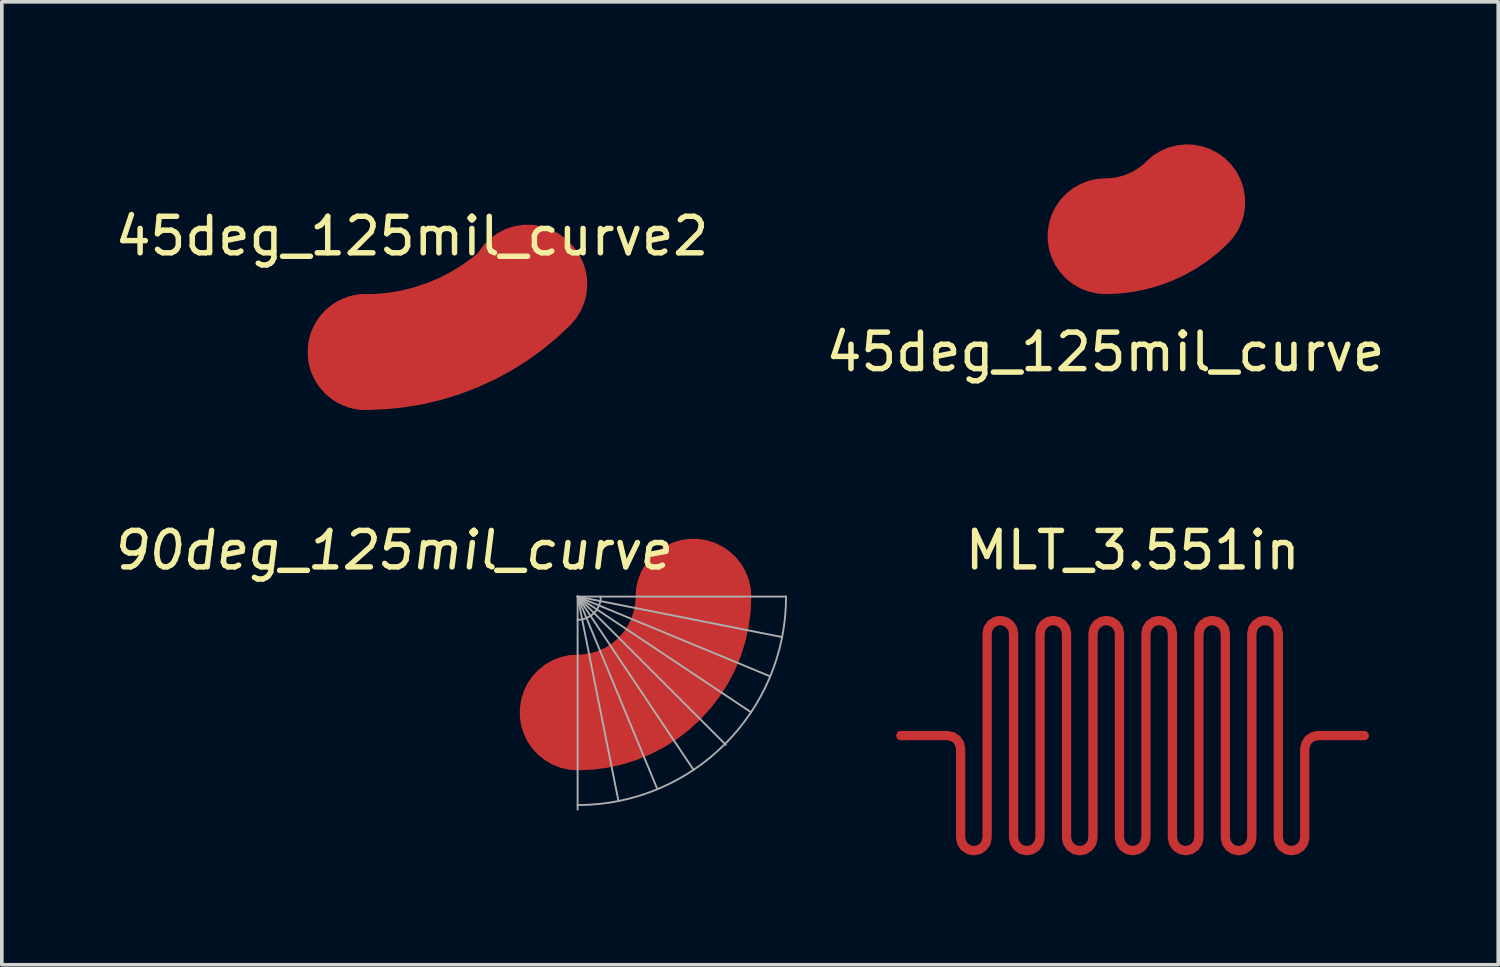
<source format=kicad_pcb>
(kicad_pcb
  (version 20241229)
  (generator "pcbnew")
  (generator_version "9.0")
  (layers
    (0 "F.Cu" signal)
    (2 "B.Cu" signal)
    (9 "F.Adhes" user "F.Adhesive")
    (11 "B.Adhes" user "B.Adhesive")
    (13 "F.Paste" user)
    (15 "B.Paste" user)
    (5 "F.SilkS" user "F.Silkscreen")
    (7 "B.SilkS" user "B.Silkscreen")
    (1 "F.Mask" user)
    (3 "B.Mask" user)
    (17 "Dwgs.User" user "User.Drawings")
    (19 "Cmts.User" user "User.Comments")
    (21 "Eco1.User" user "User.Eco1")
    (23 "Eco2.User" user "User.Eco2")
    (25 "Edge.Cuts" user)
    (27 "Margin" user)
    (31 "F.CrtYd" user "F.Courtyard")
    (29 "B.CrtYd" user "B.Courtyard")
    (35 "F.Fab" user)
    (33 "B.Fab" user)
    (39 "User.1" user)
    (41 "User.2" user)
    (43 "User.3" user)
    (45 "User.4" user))
  (footprint "MLT_3.551in"
    (layer "F.Cu")
    (at 34.353 17.116)
    (property "Reference" "MLT_3.551in" (at -6.35 -5.08 0) (layer "F.SilkS") (effects (font (size 1 1) (thickness 0.15))))
    (attr smd)
    (pad "1" smd circle (at -12.7 0) (size 0.254 0.254) (layers "F.Cu"))
    (pad "1" smd custom (at 0 0) (size 0.254 0.254) (layers "F.Cu") (options (anchor circle)) (primitives (gr_line (start -6.093 3.049) (end -6.015 2.932) (width 0.254)) (gr_line (start -3.191 3.049) (end -3.112 2.932) (width 0.254)) (gr_line (start -3.112 2.932) (end -3.084 2.793) (width 0.254)) (gr_line (start -6.937 -3.128) (end -6.819 -3.049) (width 0.254)) (gr_line (start -7.215 -3.128) (end -7.076 -3.156) (width 0.254)) (gr_line (start -7.332 -3.049) (end -7.215 -3.128) (width 0.254)) (gr_line (start -7.411 -2.932) (end -7.332 -3.049) (width 0.254)) (gr_line (start -7.439 -2.793) (end -7.411 -2.932) (width 0.254)) (gr_line (start -7.439 2.793) (end -7.439 -2.793) (width 0.254)) (gr_line (start -7.466 2.932) (end -7.439 2.793) (width 0.254)) (gr_line (start -7.545 3.049) (end -7.466 2.932) (width 0.254)) (gr_line (start -7.663 3.128) (end -7.545 3.049) (width 0.254)) (gr_line (start -10.314 -2.932) (end -10.235 -3.049) (width 0.254)) (gr_line (start -8.137 2.932) (end -8.058 3.049) (width 0.254)) (gr_line (start -3.057 -2.932) (end -2.978 -3.049) (width 0.254)) (gr_line (start -6.819 -3.049) (end -6.74 -2.932) (width 0.254)) (gr_line (start -2.978 -3.049) (end -2.86 -3.128) (width 0.254)) (gr_line (start -2.86 -3.128) (end -2.721 -3.156) (width 0.254)) (gr_line (start -2.721 -3.156) (end -2.583 -3.128) (width 0.254)) (gr_line (start -2.583 -3.128) (end -2.465 -3.049) (width 0.254)) (gr_line (start -2.465 -3.049) (end -2.386 -2.932) (width 0.254)) (gr_line (start -2.386 -2.932) (end -2.359 -2.793) (width 0.254)) (gr_line (start -2.359 -2.793) (end -2.359 2.793) (width 0.254)) (gr_line (start -2.359 2.793) (end -2.331 2.932) (width 0.254)) (gr_line (start -12.7 0) (end -11.43 0) (width 0.254)) (gr_line (start -2.331 2.932) (end -2.252 3.049) (width 0.254)) (gr_line (start -11.291 0.028) (end -11.173 0.106) (width 0.254)) (gr_line (start -9.253 3.156) (end -9.114 3.128) (width 0.254)) (gr_line (start -11.04 2.932) (end -10.961 3.049) (width 0.254)) (gr_line (start -9.392 3.128) (end -9.253 3.156) (width 0.254)) (gr_line (start -9.509 3.049) (end -9.392 3.128) (width 0.254)) (gr_line (start -9.588 2.932) (end -9.509 3.049) (width 0.254)) (gr_line (start -9.616 2.793) (end -9.588 2.932) (width 0.254)) (gr_line (start -9.616 -2.793) (end -9.616 2.793) (width 0.254)) (gr_line (start -9.643 -2.932) (end -9.616 -2.793) (width 0.254)) (gr_line (start -9.722 -3.049) (end -9.643 -2.932) (width 0.254)) (gr_line (start -9.84 -3.128) (end -9.722 -3.049) (width 0.254)) (gr_line (start -9.979 -3.156) (end -9.84 -3.128) (width 0.254)) (gr_line (start -10.117 -3.128) (end -9.979 -3.156) (width 0.254)) (gr_line (start -4.034 -3.128) (end -3.916 -3.049) (width 0.254)) (gr_line (start -6.211 3.128) (end -6.093 3.049) (width 0.254)) (gr_line (start -3.916 -3.049) (end -3.838 -2.932) (width 0.254)) (gr_line (start -3.838 -2.932) (end -3.81 -2.793) (width 0.254)) (gr_line (start -3.81 -2.793) (end -3.81 2.793) (width 0.254)) (gr_line (start -3.81 2.793) (end -3.782 2.932) (width 0.254)) (gr_line (start -10.369 2.932) (end -10.341 2.793) (width 0.254)) (gr_line (start -10.235 -3.049) (end -10.117 -3.128) (width 0.254)) (gr_line (start -3.782 2.932) (end -3.704 3.049) (width 0.254)) (gr_line (start -3.704 3.049) (end -3.586 3.128) (width 0.254)) (gr_line (start -3.586 3.128) (end -3.447 3.156) (width 0.254)) (gr_line (start -3.447 3.156) (end -3.308 3.128) (width 0.254)) (gr_line (start -3.308 3.128) (end -3.191 3.049) (width 0.254)) (gr_line (start -5.987 -2.793) (end -5.96 -2.932) (width 0.254)) (gr_line (start -5.96 -2.932) (end -5.881 -3.049) (width 0.254)) (gr_line (start -5.881 -3.049) (end -5.763 -3.128) (width 0.254)) (gr_line (start -5.763 -3.128) (end -5.624 -3.156) (width 0.254)) (gr_line (start -5.624 -3.156) (end -5.485 -3.128) (width 0.254)) (gr_line (start -5.485 -3.128) (end -5.368 -3.049) (width 0.254)) (gr_line (start -11.43 0) (end -11.291 0.028) (width 0.254)) (gr_line (start -5.368 -3.049) (end -5.289 -2.932) (width 0.254)) (gr_line (start -1.409 0.028) (end -1.27 0) (width 0.254)) (gr_line (start -1.527 0.106) (end -1.409 0.028) (width 0.254)) (gr_line (start -1.605 0.224) (end -1.527 0.106) (width 0.254)) (gr_line (start -2.252 3.049) (end -2.135 3.128) (width 0.254)) (gr_line (start -5.289 -2.932) (end -5.261 -2.793) (width 0.254)) (gr_line (start -5.261 -2.793) (end -5.261 2.793) (width 0.254)) (gr_line (start -1.633 0.363) (end -1.605 0.224) (width 0.254)) (gr_line (start -1.633 2.793) (end -1.633 0.363) (width 0.254)) (gr_line (start -1.66 2.932) (end -1.633 2.793) (width 0.254)) (gr_line (start -1.739 3.049) (end -1.66 2.932) (width 0.254)) (gr_line (start -1.857 3.128) (end -1.739 3.049) (width 0.254)) (gr_line (start -1.996 3.156) (end -1.857 3.128) (width 0.254)) (gr_line (start -6.685 2.932) (end -6.607 3.049) (width 0.254)) (gr_line (start -11.067 2.793) (end -11.04 2.932) (width 0.254)) (gr_line (start -5.987 2.793) (end -5.987 -2.793) (width 0.254)) (gr_line (start -4.536 -2.793) (end -4.508 -2.932) (width 0.254)) (gr_line (start -11.095 0.224) (end -11.067 0.363) (width 0.254)) (gr_line (start -1.27 0) (end 0 0) (width 0.254)) (gr_line (start -6.35 3.156) (end -6.211 3.128) (width 0.254)) (gr_line (start -4.536 2.793) (end -4.536 -2.793) (width 0.254)) (gr_line (start -11.173 0.106) (end -11.095 0.224) (width 0.254)) (gr_line (start -10.341 -2.793) (end -10.314 -2.932) (width 0.254)) (gr_line (start -10.341 2.793) (end -10.341 -2.793) (width 0.254)) (gr_line (start -7.801 3.156) (end -7.663 3.128) (width 0.254)) (gr_line (start -6.015 2.932) (end -5.987 2.793) (width 0.254)) (gr_line (start -5.261 2.793) (end -5.234 2.932) (width 0.254)) (gr_line (start -7.94 3.128) (end -7.801 3.156) (width 0.254)) (gr_line (start -5.037 3.128) (end -4.899 3.156) (width 0.254)) (gr_line (start -4.76 3.128) (end -4.642 3.049) (width 0.254)) (gr_line (start -11.067 0.363) (end -11.067 2.793) (width 0.254)) (gr_line (start -6.607 3.049) (end -6.489 3.128) (width 0.254)) (gr_line (start -6.489 3.128) (end -6.35 3.156) (width 0.254)) (gr_line (start -8.058 3.049) (end -7.94 3.128) (width 0.254)) (gr_line (start -4.563 2.932) (end -4.536 2.793) (width 0.254)) (gr_line (start -4.508 -2.932) (end -4.429 -3.049) (width 0.254)) (gr_line (start -4.429 -3.049) (end -4.312 -3.128) (width 0.254)) (gr_line (start -10.448 3.049) (end -10.369 2.932) (width 0.254)) (gr_line (start -10.565 3.128) (end -10.448 3.049) (width 0.254)) (gr_line (start -10.704 3.156) (end -10.565 3.128) (width 0.254)) (gr_line (start -10.843 3.128) (end -10.704 3.156) (width 0.254)) (gr_line (start -10.961 3.049) (end -10.843 3.128) (width 0.254)) (gr_line (start -4.312 -3.128) (end -4.173 -3.156) (width 0.254)) (gr_line (start -2.135 3.128) (end -1.996 3.156) (width 0.254)) (gr_line (start -4.173 -3.156) (end -4.034 -3.128) (width 0.254)) (gr_line (start -8.192 -2.932) (end -8.164 -2.793) (width 0.254)) (gr_line (start -8.271 -3.049) (end -8.192 -2.932) (width 0.254)) (gr_line (start -8.388 -3.128) (end -8.271 -3.049) (width 0.254)) (gr_line (start -8.527 -3.156) (end -8.388 -3.128) (width 0.254)) (gr_line (start -8.666 -3.128) (end -8.527 -3.156) (width 0.254)) (gr_line (start -8.784 -3.049) (end -8.666 -3.128) (width 0.254)) (gr_line (start -8.862 -2.932) (end -8.784 -3.049) (width 0.254)) (gr_line (start -8.89 -2.793) (end -8.862 -2.932) (width 0.254)) (gr_line (start -8.918 2.932) (end -8.89 2.793) (width 0.254)) (gr_line (start -8.996 3.049) (end -8.918 2.932) (width 0.254)) (gr_line (start -9.114 3.128) (end -8.996 3.049) (width 0.254)) (gr_line (start -4.899 3.156) (end -4.76 3.128) (width 0.254)) (gr_line (start -4.642 3.049) (end -4.563 2.932) (width 0.254)) (gr_line (start -5.234 2.932) (end -5.155 3.049) (width 0.254)) (gr_line (start -3.084 2.793) (end -3.084 -2.793) (width 0.254)) (gr_line (start -5.155 3.049) (end -5.037 3.128) (width 0.254)) (gr_line (start -3.084 -2.793) (end -3.057 -2.932) (width 0.254)) (gr_line (start -6.713 2.793) (end -6.685 2.932) (width 0.254)) (gr_line (start -6.713 -2.793) (end -6.713 2.793) (width 0.254)) (gr_line (start -6.74 -2.932) (end -6.713 -2.793) (width 0.254)) (gr_line (start -8.164 2.793) (end -8.137 2.932) (width 0.254)) (gr_line (start -8.89 2.793) (end -8.89 -2.793) (width 0.254)) (gr_line (start -8.164 -2.793) (end -8.164 2.793) (width 0.254)) (gr_line (start -7.076 -3.156) (end -6.937 -3.128) (width 0.254)))))
  (footprint "45deg_125mil_curve"
    (layer "F.Cu")
    (at 27.256 0.25)
    (property "Reference" "45deg_125mil_curve" (at 0 6.35 0) (layer "F.SilkS") (effects (font (size 1 1) (thickness 0.15))))
    (attr through_hole)
    (pad "1" smd circle (at 0 3.175) (size 1.905 1.905) (layers "F.Cu"))
    (pad "1" smd custom (at 2.245 2.245) (size 1.905 1.905) (layers "F.Cu") (options (anchor circle)) (primitives (gr_arc (start 0 0) (mid -1.030044 0.688253) (end -2.245064 0.929936) (width 3.175)))))
  (footprint "45deg_125mil_curve2"
    (layer "F.Cu")
    (at 6.974 0.25)
    (property "Reference" "45deg_125mil_curve2" (at 1.27 3.175 0) (layer "F.SilkS") (effects (font (size 1 1) (thickness 0.15))))
    (attr through_hole)
    (pad "1" smd circle (at 0 6.35) (size 3.175 3.175) (layers "F.Cu"))
    (pad "1" smd custom (at 4.445 4.445) (size 3.175 3.175) (layers "F.Cu") (options (anchor circle)) (primitives (gr_arc (start 0.045128 0.045128) (mid -2.01496 1.421635) (end -4.445 1.905) (width 3.175)))))
  (footprint "90deg_125mil_curve"
    (layer "F.Cu")
    (at 12.785 13.306)
    (property "Reference" "90deg_125mil_curve" (at -5.08 -1.27 0) (layer "F.SilkS") (effects (font (size 1 1) (thickness 0.15) (italic yes))))
    (attr through_hole)
    (fp_line (start 0 0) (end 0 5.842) (stroke (width 0.051) (type solid)) (layer "F.Fab"))
    (fp_line (start 0 0) (end 1.12 5.604) (stroke (width 0.051) (type solid)) (layer "F.Fab"))
    (fp_line (start 0 0) (end 2.187 5.28) (stroke (width 0.051) (type solid)) (layer "F.Fab"))
    (fp_line (start 0 0) (end 3.179 4.749) (stroke (width 0.051) (type solid)) (layer "F.Fab"))
    (fp_line (start 0 0) (end 4.064 4.064) (stroke (width 0.051) (type solid)) (layer "F.Fab"))
    (fp_line (start 0 0) (end 4.755 3.171) (stroke (width 0.051) (type solid)) (layer "F.Fab"))
    (fp_line (start 0 0) (end 5.28 2.187) (stroke (width 0.051) (type solid)) (layer "F.Fab"))
    (fp_line (start 0 0) (end 5.606 1.11) (stroke (width 0.051) (type solid)) (layer "F.Fab"))
    (fp_line (start 0 0) (end 5.715 0) (stroke (width 0.051) (type solid)) (layer "F.Fab"))
    (fp_arc (start 0.635 0) (mid 0.449013 0.449013) (end 0 0.635) (stroke (width 0.0508) (type solid)) (layer "F.Fab"))
    (fp_arc (start 5.715 0) (mid 4.041115 4.041115) (end 0 5.715) (stroke (width 0.0508) (type solid)) (layer "F.Fab"))
    (pad "1" smd circle (at 0 3.175) (size 1.905 1.905) (layers "F.Cu"))
    (pad "1" smd custom (at 3.175 0) (size 1.905 1.905) (layers "F.Cu") (options (anchor circle)) (primitives (gr_arc (start 0 0) (mid -0.929936 2.245064) (end -3.175 3.175) (width 3.175)))))
  (gr_rect
    (start -3 -3)
    (end 38.024 23.398)
    (stroke (width 0.1) (type default))
    (fill no)
    (layer "Edge.Cuts")))
</source>
